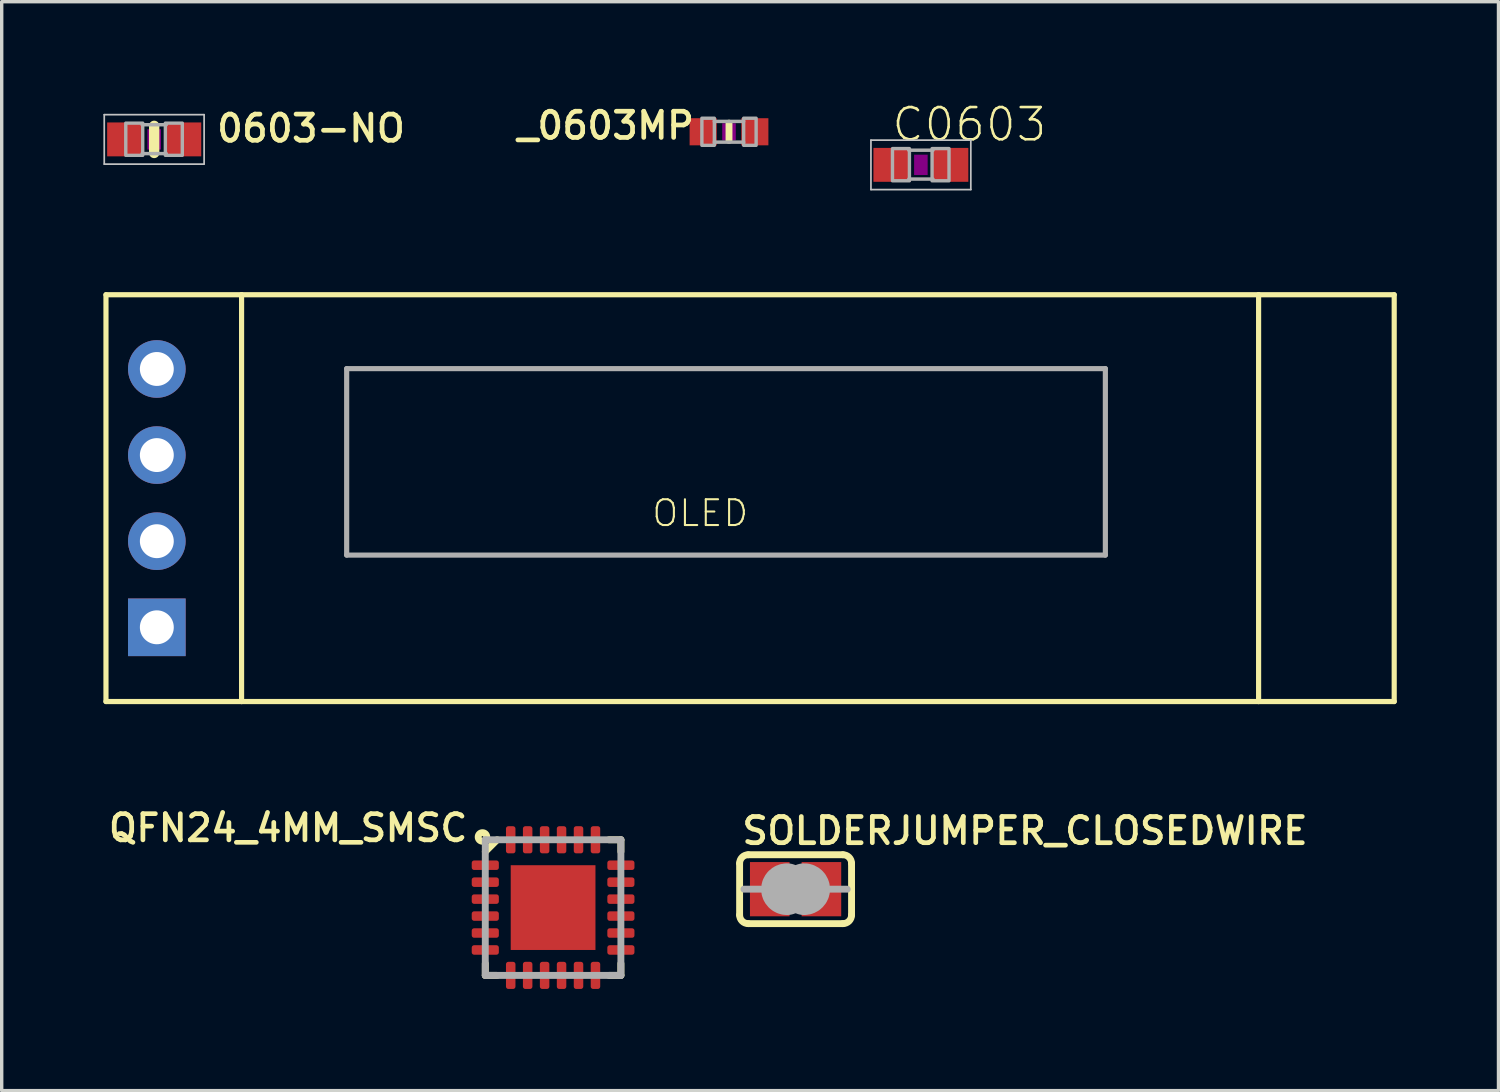
<source format=kicad_pcb>
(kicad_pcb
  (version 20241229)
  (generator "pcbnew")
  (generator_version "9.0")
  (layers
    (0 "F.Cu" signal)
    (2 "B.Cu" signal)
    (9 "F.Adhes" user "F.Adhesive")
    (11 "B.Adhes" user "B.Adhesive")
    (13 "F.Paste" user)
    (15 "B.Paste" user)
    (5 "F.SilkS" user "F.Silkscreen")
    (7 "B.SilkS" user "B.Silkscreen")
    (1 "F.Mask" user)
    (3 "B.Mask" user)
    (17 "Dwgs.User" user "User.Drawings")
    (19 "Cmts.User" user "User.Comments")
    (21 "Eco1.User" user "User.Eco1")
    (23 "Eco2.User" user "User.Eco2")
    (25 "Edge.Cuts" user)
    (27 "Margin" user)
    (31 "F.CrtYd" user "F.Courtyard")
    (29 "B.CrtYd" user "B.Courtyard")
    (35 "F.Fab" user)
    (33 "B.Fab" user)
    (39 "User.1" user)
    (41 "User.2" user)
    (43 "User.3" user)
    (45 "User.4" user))
  (footprint "QFN24_4MM_SMSC"
    (layer "F.Cu")
    (at 13.265 23.722)
    (property "Reference" "QFN24_4MM_SMSC" (at -2.45 -2.8 180) (layer "F.SilkS") (effects (font (size 0.772 0.772) (thickness 0.139)) (justify right top)))
    (attr through_hole)
    (fp_line (start -2 2) (end -2 1.65) (stroke (width 0.203) (type solid)) (layer "F.SilkS"))
    (fp_line (start -1.65 -2) (end -2 -1.65) (stroke (width 0.203) (type solid)) (layer "F.SilkS"))
    (fp_line (start -1.65 2) (end -2 2) (stroke (width 0.203) (type solid)) (layer "F.SilkS"))
    (fp_line (start 1.65 2) (end 2 2) (stroke (width 0.203) (type solid)) (layer "F.SilkS"))
    (fp_line (start 2 -2) (end 1.65 -2) (stroke (width 0.203) (type solid)) (layer "F.SilkS"))
    (fp_line (start 2 -1.65) (end 2 -2) (stroke (width 0.203) (type solid)) (layer "F.SilkS"))
    (fp_line (start 2 1.65) (end 2 2) (stroke (width 0.203) (type solid)) (layer "F.SilkS"))
    (fp_circle (center -2.083 -2.083) (end -1.956 -2.083) (stroke (width 0.203) (type solid)) (fill no) (layer "F.SilkS"))
    (fp_poly (pts (xy -1.2 -0.6) (xy -0.6 -0.6) (xy -0.6 -1.2) (xy -1.2 -1.2)) (stroke (width 0) (type solid)) (fill yes) (layer "F.Paste"))
    (fp_poly (pts (xy -1.2 0.3) (xy -0.6 0.3) (xy -0.6 -0.3) (xy -1.2 -0.3)) (stroke (width 0) (type solid)) (fill yes) (layer "F.Paste"))
    (fp_poly (pts (xy -1.2 1.2) (xy -0.6 1.2) (xy -0.6 0.6) (xy -1.2 0.6)) (stroke (width 0) (type solid)) (fill yes) (layer "F.Paste"))
    (fp_poly (pts (xy -0.3 -0.6) (xy 0.3 -0.6) (xy 0.3 -1.2) (xy -0.3 -1.2)) (stroke (width 0) (type solid)) (fill yes) (layer "F.Paste"))
    (fp_poly (pts (xy -0.3 0.3) (xy 0.3 0.3) (xy 0.3 -0.3) (xy -0.3 -0.3)) (stroke (width 0) (type solid)) (fill yes) (layer "F.Paste"))
    (fp_poly (pts (xy -0.3 1.2) (xy 0.3 1.2) (xy 0.3 0.6) (xy -0.3 0.6)) (stroke (width 0) (type solid)) (fill yes) (layer "F.Paste"))
    (fp_poly (pts (xy 0.6 -0.6) (xy 1.2 -0.6) (xy 1.2 -1.2) (xy 0.6 -1.2)) (stroke (width 0) (type solid)) (fill yes) (layer "F.Paste"))
    (fp_poly (pts (xy 0.6 0.3) (xy 1.2 0.3) (xy 1.2 -0.3) (xy 0.6 -0.3)) (stroke (width 0) (type solid)) (fill yes) (layer "F.Paste"))
    (fp_poly (pts (xy 0.6 1.2) (xy 1.2 1.2) (xy 1.2 0.6) (xy 0.6 0.6)) (stroke (width 0) (type solid)) (fill yes) (layer "F.Paste"))
    (fp_line (start -2 -2) (end -2 2) (stroke (width 0.203) (type solid)) (layer "F.Fab"))
    (fp_line (start -2 2) (end 2 2) (stroke (width 0.203) (type solid)) (layer "F.Fab"))
    (fp_line (start 2 -2) (end -2 -2) (stroke (width 0.203) (type solid)) (layer "F.Fab"))
    (fp_line (start 2 2) (end 2 -2) (stroke (width 0.203) (type solid)) (layer "F.Fab"))
    (pad "1" smd roundrect (at -2 -1.25 180) (size 0.8 0.28) (layers "F.Cu" "F.Mask" "F.Paste") (roundrect_rratio 0.25))
    (pad "2" smd roundrect (at -2 -0.75 180) (size 0.8 0.28) (layers "F.Cu" "F.Mask" "F.Paste") (roundrect_rratio 0.25))
    (pad "3" smd roundrect (at -2 -0.25 180) (size 0.8 0.28) (layers "F.Cu" "F.Mask" "F.Paste") (roundrect_rratio 0.25))
    (pad "4" smd roundrect (at -2 0.25 180) (size 0.8 0.28) (layers "F.Cu" "F.Mask" "F.Paste") (roundrect_rratio 0.25))
    (pad "5" smd roundrect (at -2 0.75 180) (size 0.8 0.28) (layers "F.Cu" "F.Mask" "F.Paste") (roundrect_rratio 0.25))
    (pad "6" smd roundrect (at -2 1.25 180) (size 0.8 0.28) (layers "F.Cu" "F.Mask" "F.Paste") (roundrect_rratio 0.25))
    (pad "7" smd roundrect (at -1.25 2 90) (size 0.8 0.28) (layers "F.Cu" "F.Mask" "F.Paste") (roundrect_rratio 0.25))
    (pad "8" smd roundrect (at -0.75 2 90) (size 0.8 0.28) (layers "F.Cu" "F.Mask" "F.Paste") (roundrect_rratio 0.25))
    (pad "9" smd roundrect (at -0.25 2 90) (size 0.8 0.28) (layers "F.Cu" "F.Mask" "F.Paste") (roundrect_rratio 0.25))
    (pad "10" smd roundrect (at 0.25 2 90) (size 0.8 0.28) (layers "F.Cu" "F.Mask" "F.Paste") (roundrect_rratio 0.25))
    (pad "11" smd roundrect (at 0.75 2 90) (size 0.8 0.28) (layers "F.Cu" "F.Mask" "F.Paste") (roundrect_rratio 0.25))
    (pad "12" smd roundrect (at 1.25 2 90) (size 0.8 0.28) (layers "F.Cu" "F.Mask" "F.Paste") (roundrect_rratio 0.25))
    (pad "13" smd roundrect (at 2 1.25) (size 0.8 0.28) (layers "F.Cu" "F.Mask" "F.Paste") (roundrect_rratio 0.25))
    (pad "14" smd roundrect (at 2 0.75) (size 0.8 0.28) (layers "F.Cu" "F.Mask" "F.Paste") (roundrect_rratio 0.25))
    (pad "15" smd roundrect (at 2 0.25) (size 0.8 0.28) (layers "F.Cu" "F.Mask" "F.Paste") (roundrect_rratio 0.25))
    (pad "16" smd roundrect (at 2 -0.25) (size 0.8 0.28) (layers "F.Cu" "F.Mask" "F.Paste") (roundrect_rratio 0.25))
    (pad "17" smd roundrect (at 2 -0.75) (size 0.8 0.28) (layers "F.Cu" "F.Mask" "F.Paste") (roundrect_rratio 0.25))
    (pad "18" smd roundrect (at 2 -1.25) (size 0.8 0.28) (layers "F.Cu" "F.Mask" "F.Paste") (roundrect_rratio 0.25))
    (pad "19" smd roundrect (at 1.25 -2 270) (size 0.8 0.28) (layers "F.Cu" "F.Mask" "F.Paste") (roundrect_rratio 0.25))
    (pad "20" smd roundrect (at 0.75 -2 270) (size 0.8 0.28) (layers "F.Cu" "F.Mask" "F.Paste") (roundrect_rratio 0.25))
    (pad "21" smd roundrect (at 0.25 -2 270) (size 0.8 0.28) (layers "F.Cu" "F.Mask" "F.Paste") (roundrect_rratio 0.25))
    (pad "22" smd roundrect (at -0.25 -2 270) (size 0.8 0.28) (layers "F.Cu" "F.Mask" "F.Paste") (roundrect_rratio 0.25))
    (pad "23" smd roundrect (at -0.75 -2 270) (size 0.8 0.28) (layers "F.Cu" "F.Mask" "F.Paste") (roundrect_rratio 0.25))
    (pad "24" smd roundrect (at -1.25 -2 270) (size 0.8 0.28) (layers "F.Cu" "F.Mask" "F.Paste") (roundrect_rratio 0.25))
    (pad "THERM" smd rect (at 0 0) (size 2.5 2.5) (layers "F.Cu" "F.Mask")))
  (footprint "OLED"
    (layer "F.Cu")
    (at 19.076 11.644)
    (property "Reference" "OLED" (at 0 0 180) (layer "F.SilkS") (effects (font (size 0.76 0.76) (thickness 0.061)) (justify right top)))
    (attr through_hole)
    (fp_line (start -19 -6) (end -19 6) (stroke (width 0.152) (type solid)) (layer "F.SilkS"))
    (fp_line (start -19 6) (end -15 6) (stroke (width 0.152) (type solid)) (layer "F.SilkS"))
    (fp_line (start -15 -6) (end -19 -6) (stroke (width 0.152) (type solid)) (layer "F.SilkS"))
    (fp_line (start -15 -6) (end -15 6) (stroke (width 0.152) (type solid)) (layer "F.SilkS"))
    (fp_line (start -15 6) (end 15 6) (stroke (width 0.152) (type solid)) (layer "F.SilkS"))
    (fp_line (start 15 -6) (end -15 -6) (stroke (width 0.152) (type solid)) (layer "F.SilkS"))
    (fp_line (start 15 -6) (end 15 6) (stroke (width 0.152) (type solid)) (layer "F.SilkS"))
    (fp_line (start 15 6) (end 19 6) (stroke (width 0.152) (type solid)) (layer "F.SilkS"))
    (fp_line (start 19 -6) (end 15 -6) (stroke (width 0.152) (type solid)) (layer "F.SilkS"))
    (fp_line (start 19 6) (end 19 -6) (stroke (width 0.152) (type solid)) (layer "F.SilkS"))
    (fp_line (start -11.9 -3.82) (end -11.9 1.68) (stroke (width 0.152) (type solid)) (layer "F.Fab"))
    (fp_line (start -11.9 -3.82) (end 10.48 -3.82) (stroke (width 0.152) (type solid)) (layer "F.Fab"))
    (fp_line (start -11.9 1.68) (end 10.48 1.68) (stroke (width 0.152) (type solid)) (layer "F.Fab"))
    (fp_line (start 10.48 -3.82) (end 10.48 1.68) (stroke (width 0.152) (type solid)) (layer "F.Fab"))
    (pad "GND" thru_hole rect (at -17.5 3.81) (size 1.7 1.7) (drill 1) (layers "*.Cu" "*.Mask"))
    (pad "SCL" thru_hole circle (at -17.5 -1.27) (size 1.7 1.7) (drill 1) (layers "*.Cu" "*.Mask"))
    (pad "SDA" thru_hole circle (at -17.5 -3.81) (size 1.7 1.7) (drill 1) (layers "*.Cu" "*.Mask"))
    (pad "VCC" thru_hole circle (at -17.5 1.27) (size 1.7 1.7) (drill 1) (layers "*.Cu" "*.Mask")))
  (footprint "SOLDERJUMPER_CLOSEDWIRE"
    (layer "F.Cu")
    (at 20.418 23.179)
    (property "Reference" "SOLDERJUMPER_CLOSEDWIRE" (at -1.651 -1.27 0) (layer "F.SilkS") (effects (font (size 0.772 0.772) (thickness 0.139)) (justify left bottom)))
    (attr through_hole)
    (fp_poly (pts (xy -1.27 -0.762) (xy 1.27 -0.762) (xy 1.27 0.762) (xy -1.27 0.762)) (stroke (width 0) (type solid)) (fill yes) (layer "F.Mask"))
    (fp_line (start -1.651 0.762) (end -1.651 -0.762) (stroke (width 0.203) (type solid)) (layer "F.SilkS"))
    (fp_line (start -1.397 -1.016) (end 1.397 -1.016) (stroke (width 0.203) (type solid)) (layer "F.SilkS"))
    (fp_line (start 1.397 1.016) (end -1.397 1.016) (stroke (width 0.203) (type solid)) (layer "F.SilkS"))
    (fp_line (start 1.651 0.762) (end 1.651 -0.762) (stroke (width 0.203) (type solid)) (layer "F.SilkS"))
    (fp_arc (start -1.651 -0.762) (mid -1.576605 -0.941605) (end -1.397 -1.016) (stroke (width 0.2032) (type solid)) (layer "F.SilkS"))
    (fp_arc (start -1.397 1.016) (mid -1.576605 0.941605) (end -1.651 0.762) (stroke (width 0.2032) (type solid)) (layer "F.SilkS"))
    (fp_arc (start 1.397 -1.016) (mid 1.576605 -0.941605) (end 1.651 -0.762) (stroke (width 0.2032) (type solid)) (layer "F.SilkS"))
    (fp_arc (start 1.651 0.762) (mid 1.576605 0.941605) (end 1.397 1.016) (stroke (width 0.2032) (type solid)) (layer "F.SilkS"))
    (fp_line (start -1.016 0) (end -1.524 0) (stroke (width 0.203) (type solid)) (layer "F.Fab"))
    (fp_line (start 1.016 0) (end 1.524 0) (stroke (width 0.203) (type solid)) (layer "F.Fab"))
    (fp_arc (start -0.254 0.127) (mid -0.381 0) (end -0.254 -0.127) (stroke (width 1.27) (type solid)) (layer "F.Fab"))
    (fp_arc (start 0.254 -0.127) (mid 0.381 0) (end 0.254 0.127) (stroke (width 1.27) (type solid)) (layer "F.Fab"))
    (pad "1" smd rect (at -0.762 0) (size 1.168 1.6) (layers "F.Cu" "F.Mask"))
    (pad "2" smd rect (at 0.762 0) (size 1.168 1.6) (layers "F.Cu" "F.Mask"))
    (pad "WIRE" smd rect (at 0 0) (size 0.635 0.203) (layers "F.Cu" "F.Mask")))
  (footprint "_0603MP"
    (layer "F.Cu")
    (at 18.454 0.837)
    (property "Reference" "_0603MP" (at -0.953 -0.635 180) (layer "F.SilkS") (effects (font (size 0.772 0.772) (thickness 0.139)) (justify right top)))
    (attr through_hole)
    (fp_line (start 0 -0.254) (end 0 0.254) (stroke (width 0.203) (type solid)) (layer "F.SilkS"))
    (fp_poly (pts (xy -0.2 0.25) (xy 0.2 0.25) (xy 0.2 -0.25) (xy -0.2 -0.25)) (stroke (width 0) (type solid)) (fill yes) (layer "F.Adhes"))
    (fp_line (start -0.432 0.306) (end 0.432 0.306) (stroke (width 0.102) (type solid)) (layer "F.Fab"))
    (fp_line (start 0.432 -0.306) (end -0.432 -0.306) (stroke (width 0.102) (type solid)) (layer "F.Fab"))
    (fp_poly (pts (xy -0.8 0.4) (xy -0.432 0.4) (xy -0.432 -0.4) (xy -0.8 -0.4)) (stroke (width 0.1) (type solid)) (fill no) (layer "F.Fab"))
    (fp_poly (pts (xy 0.432 0.4) (xy 0.8 0.4) (xy 0.8 -0.4) (xy 0.432 -0.4)) (stroke (width 0.1) (type solid)) (fill no) (layer "F.Fab"))
    (pad "1" smd rect (at -0.762 0) (size 0.8 0.8) (layers "F.Cu" "F.Mask" "F.Paste"))
    (pad "2" smd rect (at 0.762 0) (size 0.8 0.8) (layers "F.Cu" "F.Mask" "F.Paste")))
  (footprint "C0603"
    (layer "F.Cu")
    (at 24.114 1.813)
    (property "Reference" "C0603" (at -0.905 -0.635 0) (layer "F.SilkS") (effects (font (size 0.95 0.95) (thickness 0.076)) (justify left bottom)))
    (attr through_hole)
    (fp_poly (pts (xy -0.2 0.3) (xy 0.2 0.3) (xy 0.2 -0.3) (xy -0.2 -0.3)) (stroke (width 0) (type solid)) (fill yes) (layer "F.Adhes"))
    (fp_line (start -1.473 -0.729) (end 1.473 -0.729) (stroke (width 0.051) (type solid)) (layer "Dwgs.User"))
    (fp_line (start -1.473 0.729) (end -1.473 -0.729) (stroke (width 0.051) (type solid)) (layer "Dwgs.User"))
    (fp_line (start 1.473 -0.729) (end 1.473 0.729) (stroke (width 0.051) (type solid)) (layer "Dwgs.User"))
    (fp_line (start 1.473 0.729) (end -1.473 0.729) (stroke (width 0.051) (type solid)) (layer "Dwgs.User"))
    (fp_line (start -0.356 -0.432) (end 0.356 -0.432) (stroke (width 0.102) (type solid)) (layer "F.Fab"))
    (fp_line (start -0.356 0.419) (end 0.356 0.419) (stroke (width 0.102) (type solid)) (layer "F.Fab"))
    (fp_poly (pts (xy -0.838 0.47) (xy -0.338 0.47) (xy -0.338 -0.48) (xy -0.838 -0.48)) (stroke (width 0.1) (type solid)) (fill no) (layer "F.Fab"))
    (fp_poly (pts (xy 0.33 0.47) (xy 0.83 0.47) (xy 0.83 -0.48) (xy 0.33 -0.48)) (stroke (width 0.1) (type solid)) (fill no) (layer "F.Fab"))
    (pad "1" smd rect (at -0.85 0) (size 1.1 1) (layers "F.Cu" "F.Mask" "F.Paste"))
    (pad "2" smd rect (at 0.85 0) (size 1.1 1) (layers "F.Cu" "F.Mask" "F.Paste")))
  (footprint "0603-NO"
    (layer "F.Cu")
    (at 1.498 1.062)
    (property "Reference" "0603-NO" (at 1.778 0.127 0) (layer "F.SilkS") (effects (font (size 0.772 0.772) (thickness 0.139)) (justify left bottom)))
    (attr through_hole)
    (fp_line (start 0 -0.4) (end 0 0.4) (stroke (width 0.305) (type solid)) (layer "F.SilkS"))
    (fp_poly (pts (xy -0.2 0.3) (xy 0.2 0.3) (xy 0.2 -0.3) (xy -0.2 -0.3)) (stroke (width 0) (type solid)) (fill yes) (layer "F.Adhes"))
    (fp_line (start -1.473 -0.729) (end 1.473 -0.729) (stroke (width 0.051) (type solid)) (layer "Dwgs.User"))
    (fp_line (start -1.473 0.729) (end -1.473 -0.729) (stroke (width 0.051) (type solid)) (layer "Dwgs.User"))
    (fp_line (start 1.473 -0.729) (end 1.473 0.729) (stroke (width 0.051) (type solid)) (layer "Dwgs.User"))
    (fp_line (start 1.473 0.729) (end -1.473 0.729) (stroke (width 0.051) (type solid)) (layer "Dwgs.User"))
    (fp_line (start -0.356 -0.432) (end 0.356 -0.432) (stroke (width 0.102) (type solid)) (layer "F.Fab"))
    (fp_line (start -0.356 0.419) (end 0.356 0.419) (stroke (width 0.102) (type solid)) (layer "F.Fab"))
    (fp_poly (pts (xy -0.838 0.47) (xy -0.338 0.47) (xy -0.338 -0.48) (xy -0.838 -0.48)) (stroke (width 0.1) (type solid)) (fill no) (layer "F.Fab"))
    (fp_poly (pts (xy 0.33 0.47) (xy 0.83 0.47) (xy 0.83 -0.48) (xy 0.33 -0.48)) (stroke (width 0.1) (type solid)) (fill no) (layer "F.Fab"))
    (pad "1" smd rect (at -0.85 0) (size 1.075 1) (layers "F.Cu" "F.Mask" "F.Paste"))
    (pad "2" smd rect (at 0.85 0) (size 1.075 1) (layers "F.Cu" "F.Mask" "F.Paste")))
  (gr_rect
    (start -3 -3)
    (end 41.152 29.122)
    (stroke (width 0.1) (type default))
    (fill no)
    (layer "Edge.Cuts")))
</source>
